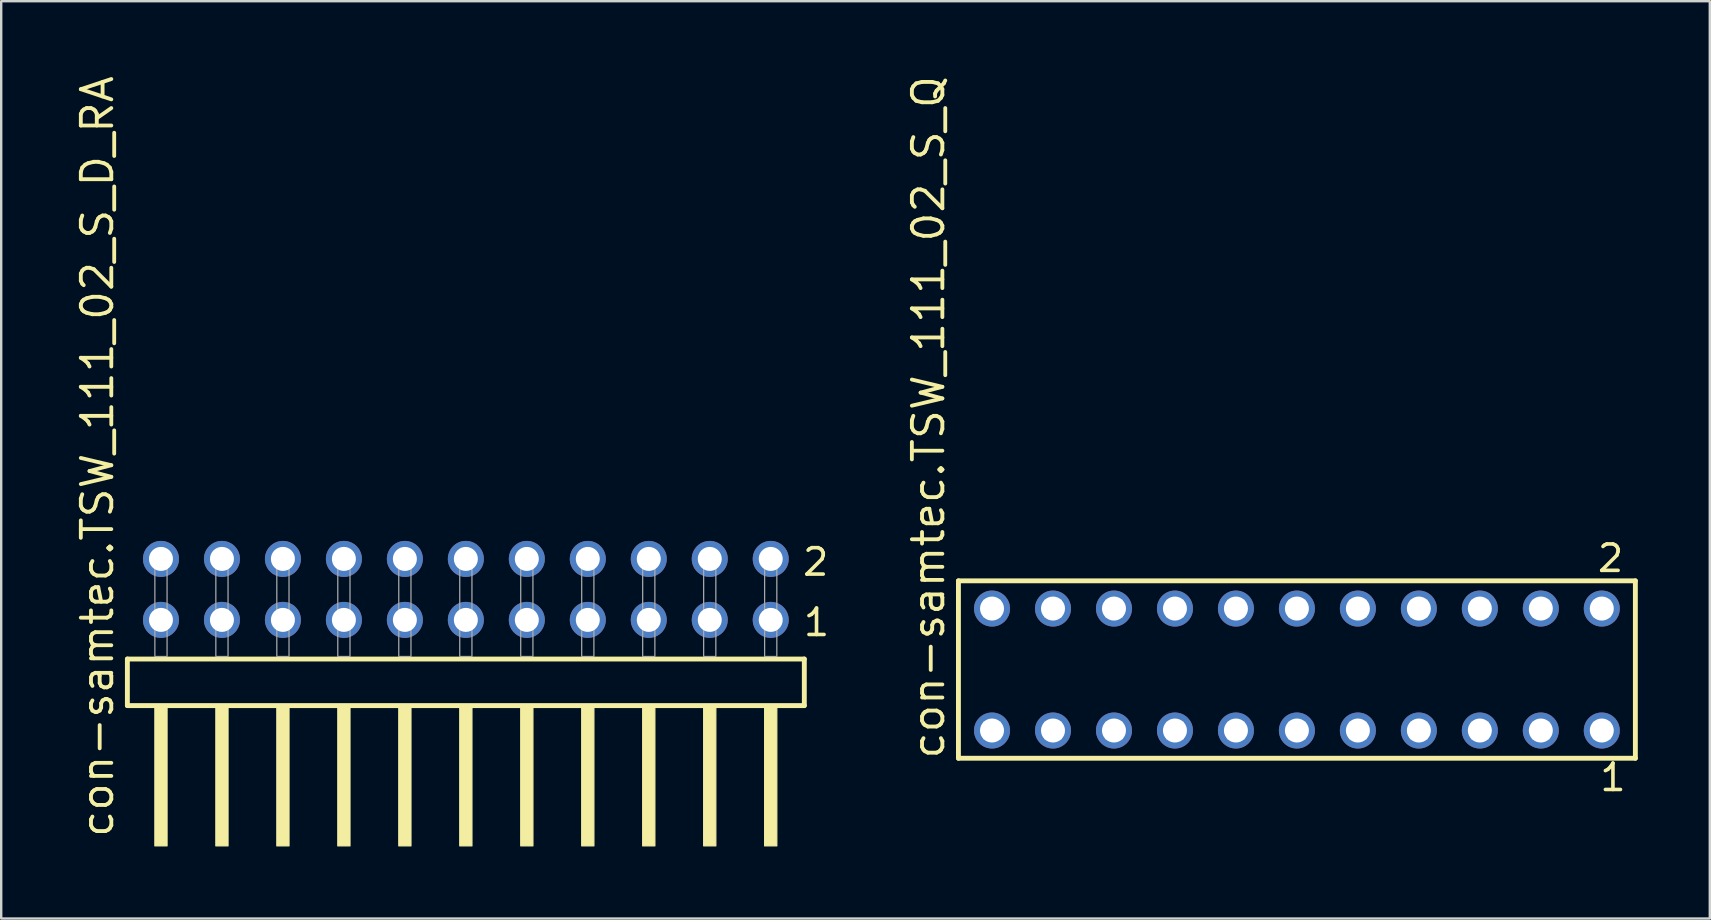
<source format=kicad_pcb>
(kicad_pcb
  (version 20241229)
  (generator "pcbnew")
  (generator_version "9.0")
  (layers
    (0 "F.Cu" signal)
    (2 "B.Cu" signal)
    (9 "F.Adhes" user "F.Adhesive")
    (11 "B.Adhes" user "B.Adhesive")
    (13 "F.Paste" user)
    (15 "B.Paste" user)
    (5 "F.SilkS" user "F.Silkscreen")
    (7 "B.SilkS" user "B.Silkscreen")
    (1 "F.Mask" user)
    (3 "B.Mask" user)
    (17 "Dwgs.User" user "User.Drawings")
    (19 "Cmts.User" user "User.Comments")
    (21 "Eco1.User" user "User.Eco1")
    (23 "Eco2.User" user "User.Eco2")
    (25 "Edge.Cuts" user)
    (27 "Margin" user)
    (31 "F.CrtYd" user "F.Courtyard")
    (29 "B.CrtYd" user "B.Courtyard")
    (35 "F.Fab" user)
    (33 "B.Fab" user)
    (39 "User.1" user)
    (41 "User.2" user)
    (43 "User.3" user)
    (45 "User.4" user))
  (footprint "con-samtec.TSW_111_02_S_Q"
    (layer "F.Cu")
    (at 50.973 24.84)
    (property "Reference" "con-samtec.TSW_111_02_S_Q" (at -14.605 3.81 90) (layer "F.SilkS") (effects (font (size 1.27 1.27) (thickness 0.16)) (justify left bottom)))
    (attr through_hole)
    (fp_line (start -14.099 -3.695) (end 14.099 -3.695) (stroke (width 0.203) (type default)) (layer "F.SilkS"))
    (fp_line (start -14.099 3.695) (end -14.099 -3.695) (stroke (width 0.203) (type default)) (layer "F.SilkS"))
    (fp_line (start 14.099 -3.695) (end 14.099 3.695) (stroke (width 0.203) (type default)) (layer "F.SilkS"))
    (fp_line (start 14.099 3.695) (end -14.099 3.695) (stroke (width 0.203) (type default)) (layer "F.SilkS"))
    (fp_rect (start -13.05 -2.19) (end -12.35 -2.89) (stroke (width 0.05) (type default)) (fill no) (layer "F.Fab"))
    (fp_rect (start -13.05 2.89) (end -12.35 2.19) (stroke (width 0.05) (type default)) (fill no) (layer "F.Fab"))
    (fp_rect (start -10.51 -2.19) (end -9.81 -2.89) (stroke (width 0.05) (type default)) (fill no) (layer "F.Fab"))
    (fp_rect (start -10.51 2.89) (end -9.81 2.19) (stroke (width 0.05) (type default)) (fill no) (layer "F.Fab"))
    (fp_rect (start -7.97 -2.19) (end -7.27 -2.89) (stroke (width 0.05) (type default)) (fill no) (layer "F.Fab"))
    (fp_rect (start -7.97 2.89) (end -7.27 2.19) (stroke (width 0.05) (type default)) (fill no) (layer "F.Fab"))
    (fp_rect (start -5.43 -2.19) (end -4.73 -2.89) (stroke (width 0.05) (type default)) (fill no) (layer "F.Fab"))
    (fp_rect (start -5.43 2.89) (end -4.73 2.19) (stroke (width 0.05) (type default)) (fill no) (layer "F.Fab"))
    (fp_rect (start -2.89 -2.19) (end -2.19 -2.89) (stroke (width 0.05) (type default)) (fill no) (layer "F.Fab"))
    (fp_rect (start -2.89 2.89) (end -2.19 2.19) (stroke (width 0.05) (type default)) (fill no) (layer "F.Fab"))
    (fp_rect (start -0.35 -2.19) (end 0.35 -2.89) (stroke (width 0.05) (type default)) (fill no) (layer "F.Fab"))
    (fp_rect (start -0.35 2.89) (end 0.35 2.19) (stroke (width 0.05) (type default)) (fill no) (layer "F.Fab"))
    (fp_rect (start 2.19 -2.19) (end 2.89 -2.89) (stroke (width 0.05) (type default)) (fill no) (layer "F.Fab"))
    (fp_rect (start 2.19 2.89) (end 2.89 2.19) (stroke (width 0.05) (type default)) (fill no) (layer "F.Fab"))
    (fp_rect (start 4.73 -2.19) (end 5.43 -2.89) (stroke (width 0.05) (type default)) (fill no) (layer "F.Fab"))
    (fp_rect (start 4.73 2.89) (end 5.43 2.19) (stroke (width 0.05) (type default)) (fill no) (layer "F.Fab"))
    (fp_rect (start 7.27 -2.19) (end 7.97 -2.89) (stroke (width 0.05) (type default)) (fill no) (layer "F.Fab"))
    (fp_rect (start 7.27 2.89) (end 7.97 2.19) (stroke (width 0.05) (type default)) (fill no) (layer "F.Fab"))
    (fp_rect (start 9.81 -2.19) (end 10.51 -2.89) (stroke (width 0.05) (type default)) (fill no) (layer "F.Fab"))
    (fp_rect (start 9.81 2.89) (end 10.51 2.19) (stroke (width 0.05) (type default)) (fill no) (layer "F.Fab"))
    (fp_rect (start 12.35 -2.19) (end 13.05 -2.89) (stroke (width 0.05) (type default)) (fill no) (layer "F.Fab"))
    (fp_rect (start 12.35 2.89) (end 13.05 2.19) (stroke (width 0.05) (type default)) (fill no) (layer "F.Fab"))
    (fp_text user "2" (at 12.442 -3.989 0) (layer "F.SilkS") (effects (font (size 1.1 1.1) (thickness 0.15)) (justify left bottom)))
    (fp_text user "1" (at 12.542 5.138 0) (layer "F.SilkS") (effects (font (size 1.1 1.1) (thickness 0.15)) (justify left bottom)))
    (pad "1" thru_hole circle (at 12.7 2.54 180) (size 1.5 1.5) (drill 1) (layers "*.Cu" "*.Mask"))
    (pad "2" thru_hole circle (at 12.7 -2.54 180) (size 1.5 1.5) (drill 1) (layers "*.Cu" "*.Mask"))
    (pad "3" thru_hole circle (at 10.16 2.54 180) (size 1.5 1.5) (drill 1) (layers "*.Cu" "*.Mask"))
    (pad "4" thru_hole circle (at 10.16 -2.54 180) (size 1.5 1.5) (drill 1) (layers "*.Cu" "*.Mask"))
    (pad "5" thru_hole circle (at 7.62 2.54 180) (size 1.5 1.5) (drill 1) (layers "*.Cu" "*.Mask"))
    (pad "6" thru_hole circle (at 7.62 -2.54 180) (size 1.5 1.5) (drill 1) (layers "*.Cu" "*.Mask"))
    (pad "7" thru_hole circle (at 5.08 2.54 180) (size 1.5 1.5) (drill 1) (layers "*.Cu" "*.Mask"))
    (pad "8" thru_hole circle (at 5.08 -2.54 180) (size 1.5 1.5) (drill 1) (layers "*.Cu" "*.Mask"))
    (pad "9" thru_hole circle (at 2.54 2.54 180) (size 1.5 1.5) (drill 1) (layers "*.Cu" "*.Mask"))
    (pad "10" thru_hole circle (at 2.54 -2.54 180) (size 1.5 1.5) (drill 1) (layers "*.Cu" "*.Mask"))
    (pad "11" thru_hole circle (at 0 2.54 180) (size 1.5 1.5) (drill 1) (layers "*.Cu" "*.Mask"))
    (pad "12" thru_hole circle (at 0 -2.54 180) (size 1.5 1.5) (drill 1) (layers "*.Cu" "*.Mask"))
    (pad "13" thru_hole circle (at -2.54 2.54 180) (size 1.5 1.5) (drill 1) (layers "*.Cu" "*.Mask"))
    (pad "14" thru_hole circle (at -2.54 -2.54 180) (size 1.5 1.5) (drill 1) (layers "*.Cu" "*.Mask"))
    (pad "15" thru_hole circle (at -5.08 2.54 180) (size 1.5 1.5) (drill 1) (layers "*.Cu" "*.Mask"))
    (pad "16" thru_hole circle (at -5.08 -2.54 180) (size 1.5 1.5) (drill 1) (layers "*.Cu" "*.Mask"))
    (pad "17" thru_hole circle (at -7.62 2.54 180) (size 1.5 1.5) (drill 1) (layers "*.Cu" "*.Mask"))
    (pad "18" thru_hole circle (at -7.62 -2.54 180) (size 1.5 1.5) (drill 1) (layers "*.Cu" "*.Mask"))
    (pad "19" thru_hole circle (at -10.16 2.54 180) (size 1.5 1.5) (drill 1) (layers "*.Cu" "*.Mask"))
    (pad "20" thru_hole circle (at -10.16 -2.54 180) (size 1.5 1.5) (drill 1) (layers "*.Cu" "*.Mask"))
    (pad "21" thru_hole circle (at -12.7 2.54 180) (size 1.5 1.5) (drill 1) (layers "*.Cu" "*.Mask"))
    (pad "22" thru_hole circle (at -12.7 -2.54 180) (size 1.5 1.5) (drill 1) (layers "*.Cu" "*.Mask")))
  (footprint "con-samtec.TSW_111_02_S_D_RA"
    (layer "F.Cu")
    (at 16.355 24.296)
    (property "Reference" "con-samtec.TSW_111_02_S_D_RA" (at -14.605 7.62 90) (layer "F.SilkS") (effects (font (size 1.27 1.27) (thickness 0.16)) (justify left bottom)))
    (attr through_hole)
    (fp_line (start -14.099 0.106) (end -14.099 2.046) (stroke (width 0.203) (type default)) (layer "F.SilkS"))
    (fp_line (start -14.099 2.046) (end 14.099 2.046) (stroke (width 0.203) (type default)) (layer "F.SilkS"))
    (fp_line (start 14.099 0.106) (end -14.099 0.106) (stroke (width 0.203) (type default)) (layer "F.SilkS"))
    (fp_line (start 14.099 2.046) (end 14.099 0.106) (stroke (width 0.203) (type default)) (layer "F.SilkS"))
    (fp_rect (start -12.954 7.89) (end -12.446 2.04) (stroke (width 0.05) (type default)) (fill yes) (layer "F.SilkS"))
    (fp_rect (start -10.414 7.89) (end -9.906 2.04) (stroke (width 0.05) (type default)) (fill yes) (layer "F.SilkS"))
    (fp_rect (start -7.874 7.89) (end -7.366 2.04) (stroke (width 0.05) (type default)) (fill yes) (layer "F.SilkS"))
    (fp_rect (start -5.334 7.89) (end -4.826 2.04) (stroke (width 0.05) (type default)) (fill yes) (layer "F.SilkS"))
    (fp_rect (start -2.794 7.89) (end -2.286 2.04) (stroke (width 0.05) (type default)) (fill yes) (layer "F.SilkS"))
    (fp_rect (start -0.254 7.89) (end 0.254 2.04) (stroke (width 0.05) (type default)) (fill yes) (layer "F.SilkS"))
    (fp_rect (start 2.286 7.89) (end 2.794 2.04) (stroke (width 0.05) (type default)) (fill yes) (layer "F.SilkS"))
    (fp_rect (start 4.826 7.89) (end 5.334 2.04) (stroke (width 0.05) (type default)) (fill yes) (layer "F.SilkS"))
    (fp_rect (start 7.366 7.89) (end 7.874 2.04) (stroke (width 0.05) (type default)) (fill yes) (layer "F.SilkS"))
    (fp_rect (start 9.906 7.89) (end 10.414 2.04) (stroke (width 0.05) (type default)) (fill yes) (layer "F.SilkS"))
    (fp_rect (start 12.446 7.89) (end 12.954 2.04) (stroke (width 0.05) (type default)) (fill yes) (layer "F.SilkS"))
    (fp_rect (start -12.954 0) (end -12.446 -4.318) (stroke (width 0.05) (type default)) (fill no) (layer "F.Fab"))
    (fp_rect (start -10.414 0) (end -9.906 -4.318) (stroke (width 0.05) (type default)) (fill no) (layer "F.Fab"))
    (fp_rect (start -7.874 0) (end -7.366 -4.318) (stroke (width 0.05) (type default)) (fill no) (layer "F.Fab"))
    (fp_rect (start -5.334 0) (end -4.826 -4.318) (stroke (width 0.05) (type default)) (fill no) (layer "F.Fab"))
    (fp_rect (start -2.794 0) (end -2.286 -4.318) (stroke (width 0.05) (type default)) (fill no) (layer "F.Fab"))
    (fp_rect (start -0.254 0) (end 0.254 -4.318) (stroke (width 0.05) (type default)) (fill no) (layer "F.Fab"))
    (fp_rect (start 2.286 0) (end 2.794 -4.318) (stroke (width 0.05) (type default)) (fill no) (layer "F.Fab"))
    (fp_rect (start 4.826 0) (end 5.334 -4.318) (stroke (width 0.05) (type default)) (fill no) (layer "F.Fab"))
    (fp_rect (start 7.366 0) (end 7.874 -4.318) (stroke (width 0.05) (type default)) (fill no) (layer "F.Fab"))
    (fp_rect (start 9.906 0) (end 10.414 -4.318) (stroke (width 0.05) (type default)) (fill no) (layer "F.Fab"))
    (fp_rect (start 12.446 0) (end 12.954 -4.318) (stroke (width 0.05) (type default)) (fill no) (layer "F.Fab"))
    (fp_text user "1" (at 13.985 -0.775 0) (layer "F.SilkS") (effects (font (size 1.1 1.1) (thickness 0.15)) (justify left bottom)))
    (fp_text user "2" (at 13.95 -3.29 0) (layer "F.SilkS") (effects (font (size 1.1 1.1) (thickness 0.15)) (justify left bottom)))
    (pad "1" thru_hole circle (at 12.7 -1.524 180) (size 1.5 1.5) (drill 1) (layers "*.Cu" "*.Mask"))
    (pad "2" thru_hole circle (at 12.7 -4.064 180) (size 1.5 1.5) (drill 1) (layers "*.Cu" "*.Mask"))
    (pad "3" thru_hole circle (at 10.16 -1.524 180) (size 1.5 1.5) (drill 1) (layers "*.Cu" "*.Mask"))
    (pad "4" thru_hole circle (at 10.16 -4.064 180) (size 1.5 1.5) (drill 1) (layers "*.Cu" "*.Mask"))
    (pad "5" thru_hole circle (at 7.62 -1.524 180) (size 1.5 1.5) (drill 1) (layers "*.Cu" "*.Mask"))
    (pad "6" thru_hole circle (at 7.62 -4.064 180) (size 1.5 1.5) (drill 1) (layers "*.Cu" "*.Mask"))
    (pad "7" thru_hole circle (at 5.08 -1.524 180) (size 1.5 1.5) (drill 1) (layers "*.Cu" "*.Mask"))
    (pad "8" thru_hole circle (at 5.08 -4.064 180) (size 1.5 1.5) (drill 1) (layers "*.Cu" "*.Mask"))
    (pad "9" thru_hole circle (at 2.54 -1.524 180) (size 1.5 1.5) (drill 1) (layers "*.Cu" "*.Mask"))
    (pad "10" thru_hole circle (at 2.54 -4.064 180) (size 1.5 1.5) (drill 1) (layers "*.Cu" "*.Mask"))
    (pad "11" thru_hole circle (at 0 -1.524 180) (size 1.5 1.5) (drill 1) (layers "*.Cu" "*.Mask"))
    (pad "12" thru_hole circle (at 0 -4.064 180) (size 1.5 1.5) (drill 1) (layers "*.Cu" "*.Mask"))
    (pad "13" thru_hole circle (at -2.54 -1.524 180) (size 1.5 1.5) (drill 1) (layers "*.Cu" "*.Mask"))
    (pad "14" thru_hole circle (at -2.54 -4.064 180) (size 1.5 1.5) (drill 1) (layers "*.Cu" "*.Mask"))
    (pad "15" thru_hole circle (at -5.08 -1.524 180) (size 1.5 1.5) (drill 1) (layers "*.Cu" "*.Mask"))
    (pad "16" thru_hole circle (at -5.08 -4.064 180) (size 1.5 1.5) (drill 1) (layers "*.Cu" "*.Mask"))
    (pad "17" thru_hole circle (at -7.62 -1.524 180) (size 1.5 1.5) (drill 1) (layers "*.Cu" "*.Mask"))
    (pad "18" thru_hole circle (at -7.62 -4.064 180) (size 1.5 1.5) (drill 1) (layers "*.Cu" "*.Mask"))
    (pad "19" thru_hole circle (at -10.16 -1.524 180) (size 1.5 1.5) (drill 1) (layers "*.Cu" "*.Mask"))
    (pad "20" thru_hole circle (at -10.16 -4.064 180) (size 1.5 1.5) (drill 1) (layers "*.Cu" "*.Mask"))
    (pad "21" thru_hole circle (at -12.7 -1.524 180) (size 1.5 1.5) (drill 1) (layers "*.Cu" "*.Mask"))
    (pad "22" thru_hole circle (at -12.7 -4.064 180) (size 1.5 1.5) (drill 1) (layers "*.Cu" "*.Mask")))
  (gr_rect
    (start -3 -3)
    (end 68.173 35.211)
    (stroke (width 0.1) (type default))
    (fill no)
    (layer "Edge.Cuts")))
</source>
